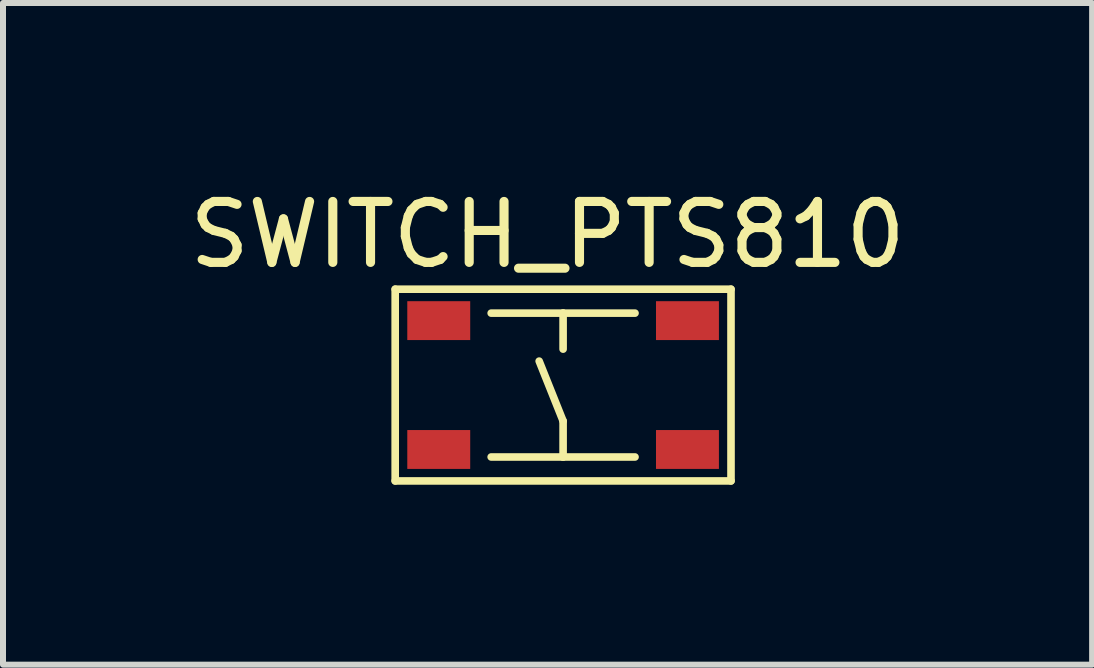
<source format=kicad_pcb>
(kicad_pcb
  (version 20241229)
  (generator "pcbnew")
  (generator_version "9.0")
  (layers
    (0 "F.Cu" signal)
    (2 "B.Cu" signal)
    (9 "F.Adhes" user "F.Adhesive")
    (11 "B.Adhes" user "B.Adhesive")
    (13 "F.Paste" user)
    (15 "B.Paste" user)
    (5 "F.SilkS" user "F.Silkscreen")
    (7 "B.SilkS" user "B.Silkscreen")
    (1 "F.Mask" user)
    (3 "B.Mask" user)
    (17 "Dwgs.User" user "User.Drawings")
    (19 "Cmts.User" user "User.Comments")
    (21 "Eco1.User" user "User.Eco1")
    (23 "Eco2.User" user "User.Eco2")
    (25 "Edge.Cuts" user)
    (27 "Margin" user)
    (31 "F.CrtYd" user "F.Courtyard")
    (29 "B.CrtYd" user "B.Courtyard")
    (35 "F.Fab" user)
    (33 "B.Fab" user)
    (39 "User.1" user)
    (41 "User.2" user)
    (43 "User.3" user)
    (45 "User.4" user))
  (footprint "SWITCH_PTS810"
    (layer "F.Cu")
    (at 6.337 3.369)
    (property "Reference" "SWITCH_PTS810" (at -0.259 -2.507 0) (layer "F.SilkS") (effects (font (size 1.016 1.016) (thickness 0.152))))
    (attr smd)
    (fp_line (start -2.799 -1.598) (end 2.799 -1.598) (stroke (width 0.127) (type solid)) (layer "F.SilkS"))
    (fp_line (start -2.799 1.598) (end -2.799 -1.598) (stroke (width 0.127) (type solid)) (layer "F.SilkS"))
    (fp_line (start -1.199 -1.199) (end 0 -1.199) (stroke (width 0.127) (type solid)) (layer "F.SilkS"))
    (fp_line (start -1.199 1.199) (end 0 1.199) (stroke (width 0.127) (type solid)) (layer "F.SilkS"))
    (fp_line (start 0 -1.199) (end 0 -0.599) (stroke (width 0.127) (type solid)) (layer "F.SilkS"))
    (fp_line (start 0 -1.199) (end 1.199 -1.199) (stroke (width 0.127) (type solid)) (layer "F.SilkS"))
    (fp_line (start 0 0.599) (end -0.399 -0.399) (stroke (width 0.127) (type solid)) (layer "F.SilkS"))
    (fp_line (start 0 1.199) (end 0 0.599) (stroke (width 0.127) (type solid)) (layer "F.SilkS"))
    (fp_line (start 0 1.199) (end 1.199 1.199) (stroke (width 0.127) (type solid)) (layer "F.SilkS"))
    (fp_line (start 2.799 -1.598) (end 2.799 1.598) (stroke (width 0.127) (type solid)) (layer "F.SilkS"))
    (fp_line (start 2.799 1.598) (end -2.799 1.598) (stroke (width 0.127) (type solid)) (layer "F.SilkS"))
    (pad "1" smd rect (at -2.073 -1.074 90) (size 0.648 1.049) (layers "F.Cu" "F.Mask" "F.Paste"))
    (pad "2" smd rect (at 2.073 -1.074 90) (size 0.648 1.049) (layers "F.Cu" "F.Mask" "F.Paste"))
    (pad "3" smd rect (at -2.073 1.074 90) (size 0.648 1.049) (layers "F.Cu" "F.Mask" "F.Paste"))
    (pad "4" smd rect (at 2.073 1.074 90) (size 0.648 1.049) (layers "F.Cu" "F.Mask" "F.Paste")))
  (gr_rect
    (start -3 -3)
    (end 15.156 8.03)
    (stroke (width 0.1) (type default))
    (fill no)
    (layer "Edge.Cuts")))
</source>
